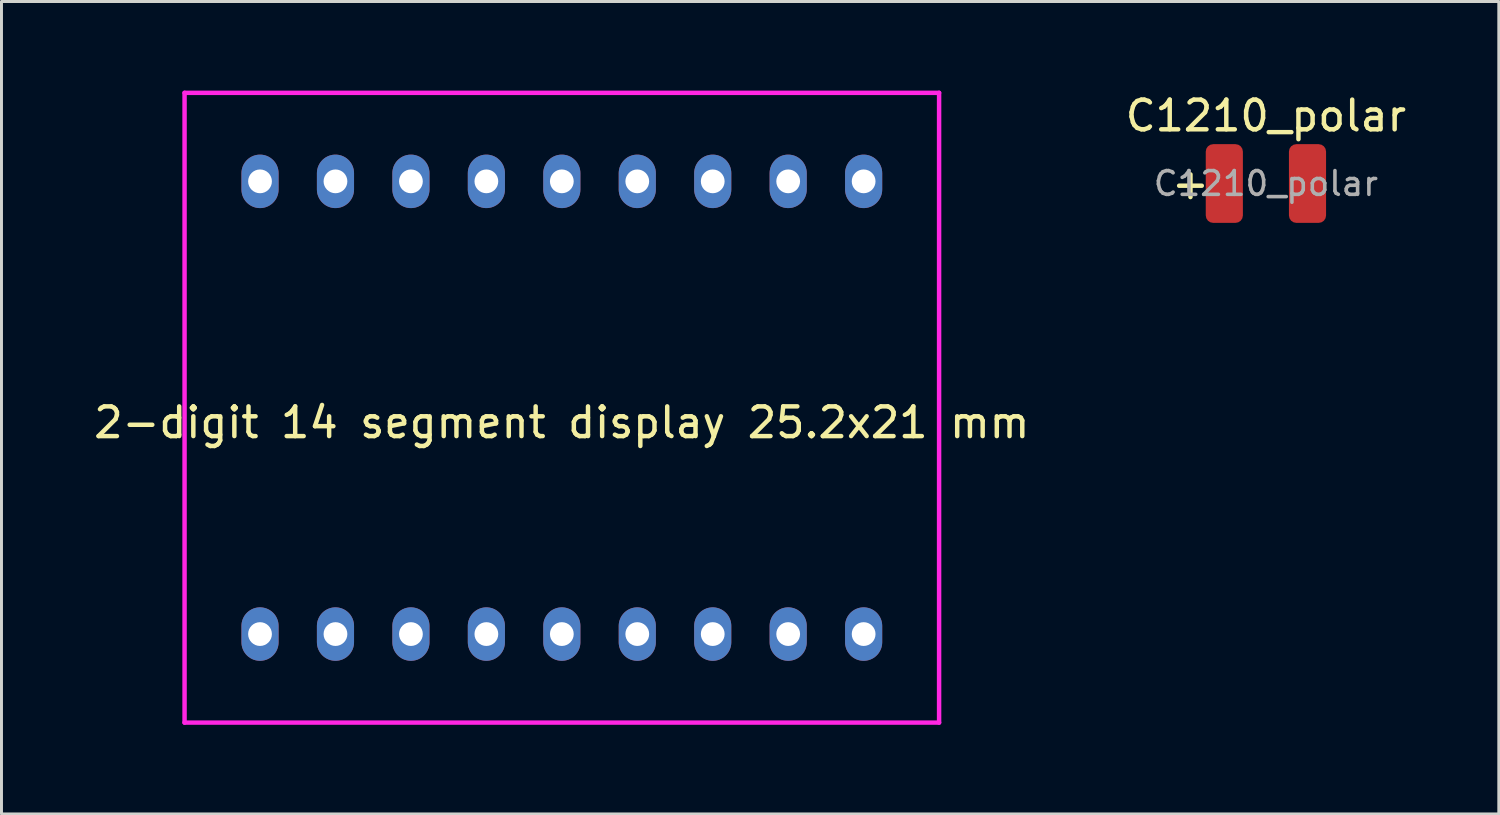
<source format=kicad_pcb>
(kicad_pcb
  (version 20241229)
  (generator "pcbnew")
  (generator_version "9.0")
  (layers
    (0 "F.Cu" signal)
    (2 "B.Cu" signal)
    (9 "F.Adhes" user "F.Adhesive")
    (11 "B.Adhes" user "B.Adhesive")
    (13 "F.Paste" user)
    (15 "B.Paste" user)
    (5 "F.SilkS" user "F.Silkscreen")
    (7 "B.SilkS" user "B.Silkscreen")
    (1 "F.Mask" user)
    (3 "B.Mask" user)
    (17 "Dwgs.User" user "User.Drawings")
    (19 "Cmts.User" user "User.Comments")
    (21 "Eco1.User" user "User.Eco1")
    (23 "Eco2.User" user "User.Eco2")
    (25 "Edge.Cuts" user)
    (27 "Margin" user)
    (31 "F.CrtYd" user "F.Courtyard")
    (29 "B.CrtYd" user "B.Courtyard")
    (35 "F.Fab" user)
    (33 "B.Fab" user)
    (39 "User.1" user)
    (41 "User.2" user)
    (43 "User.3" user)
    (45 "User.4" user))
  (footprint "C1210_polar"
    (layer "F.Cu")
    (at 39.565 3.128)
    (property "Reference" "C1210_polar" (at 0 -2.28 0) (layer "F.SilkS") (effects (font (size 1 1) (thickness 0.15))))
    (attr smd)
    (fp_text user "+" (at -2.54 0 0) (layer "F.SilkS") (effects (font (size 1 1) (thickness 0.15))))
    (fp_text user "${REFERENCE}" (at 0 0 0) (layer "F.Fab") (effects (font (size 0.8 0.8) (thickness 0.12))))
    (pad "1" smd roundrect (at -1.4 0) (size 1.25 2.65) (layers "F.Cu" "F.Mask" "F.Paste") (roundrect_rratio 0.2))
    (pad "2" smd roundrect (at 1.4 0) (size 1.25 2.65) (layers "F.Cu" "F.Mask" "F.Paste") (roundrect_rratio 0.2)))
  (footprint "2-digit 14 segment display 25.2x21 mm"
    (layer "F.Cu")
    (at 15.863 10.675)
    (property "Reference" "2-digit 14 segment display 25.2x21 mm" (at 0 0.5 0) (layer "F.SilkS") (effects (font (size 1 1) (thickness 0.15))))
    (attr through_hole)
    (fp_line (start -12.7 -10.6) (end -12.7 10.6) (stroke (width 0.15) (type solid)) (layer "F.CrtYd"))
    (fp_line (start -12.7 10.6) (end 12.7 10.6) (stroke (width 0.15) (type solid)) (layer "F.CrtYd"))
    (fp_line (start 12.7 -10.6) (end -12.7 -10.6) (stroke (width 0.15) (type solid)) (layer "F.CrtYd"))
    (fp_line (start 12.7 10.6) (end 12.7 -10.6) (stroke (width 0.15) (type solid)) (layer "F.CrtYd"))
    (pad "1" thru_hole oval (at -10.16 7.62) (size 1.25 1.8) (drill 0.8) (layers "*.Cu" "*.Mask"))
    (pad "2" thru_hole oval (at -7.62 7.62) (size 1.25 1.8) (drill 0.8) (layers "*.Cu" "*.Mask"))
    (pad "3" thru_hole oval (at -5.08 7.62) (size 1.25 1.8) (drill 0.8) (layers "*.Cu" "*.Mask"))
    (pad "4" thru_hole oval (at -2.54 7.62) (size 1.25 1.8) (drill 0.8) (layers "*.Cu" "*.Mask"))
    (pad "5" thru_hole oval (at 0 7.62) (size 1.25 1.8) (drill 0.8) (layers "*.Cu" "*.Mask"))
    (pad "6" thru_hole oval (at 2.54 7.62) (size 1.25 1.8) (drill 0.8) (layers "*.Cu" "*.Mask"))
    (pad "7" thru_hole oval (at 5.08 7.62) (size 1.25 1.8) (drill 0.8) (layers "*.Cu" "*.Mask"))
    (pad "8" thru_hole oval (at 7.62 7.62) (size 1.25 1.8) (drill 0.8) (layers "*.Cu" "*.Mask"))
    (pad "9" thru_hole oval (at 10.16 7.62) (size 1.25 1.8) (drill 0.8) (layers "*.Cu" "*.Mask"))
    (pad "10" thru_hole oval (at 10.16 -7.62) (size 1.25 1.8) (drill 0.8) (layers "*.Cu" "*.Mask"))
    (pad "11" thru_hole oval (at 7.62 -7.62) (size 1.25 1.8) (drill 0.8) (layers "*.Cu" "*.Mask"))
    (pad "12" thru_hole oval (at 5.08 -7.62) (size 1.25 1.8) (drill 0.8) (layers "*.Cu" "*.Mask"))
    (pad "13" thru_hole oval (at 2.54 -7.62) (size 1.25 1.8) (drill 0.8) (layers "*.Cu" "*.Mask"))
    (pad "14" thru_hole oval (at 0 -7.62) (size 1.25 1.8) (drill 0.8) (layers "*.Cu" "*.Mask"))
    (pad "15" thru_hole oval (at -2.54 -7.62) (size 1.25 1.8) (drill 0.8) (layers "*.Cu" "*.Mask"))
    (pad "16" thru_hole oval (at -5.08 -7.62) (size 1.25 1.8) (drill 0.8) (layers "*.Cu" "*.Mask"))
    (pad "17" thru_hole oval (at -7.62 -7.62) (size 1.25 1.8) (drill 0.8) (layers "*.Cu" "*.Mask"))
    (pad "18" thru_hole oval (at -10.16 -7.62) (size 1.25 1.8) (drill 0.8) (layers "*.Cu" "*.Mask")))
  (gr_rect
    (start -3 -3)
    (end 47.405 24.35)
    (stroke (width 0.1) (type default))
    (fill no)
    (layer "Edge.Cuts")))
</source>
